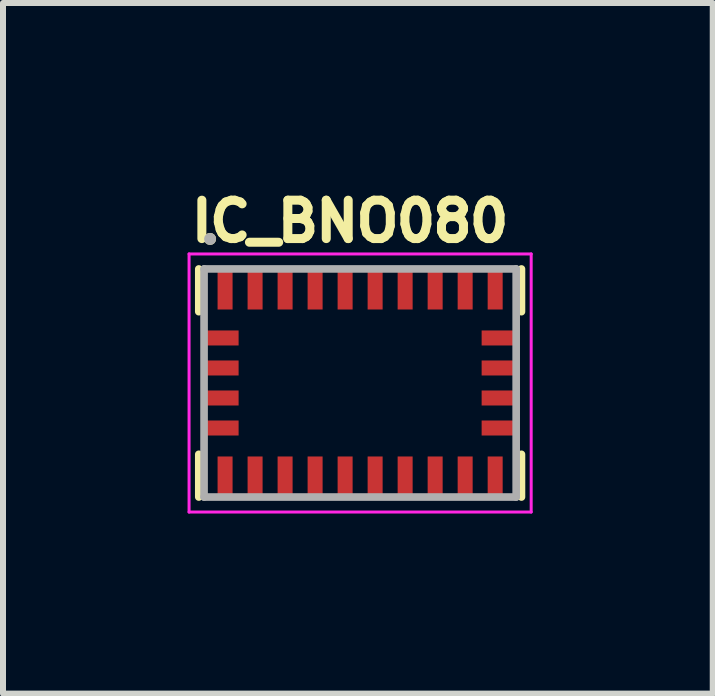
<source format=kicad_pcb>
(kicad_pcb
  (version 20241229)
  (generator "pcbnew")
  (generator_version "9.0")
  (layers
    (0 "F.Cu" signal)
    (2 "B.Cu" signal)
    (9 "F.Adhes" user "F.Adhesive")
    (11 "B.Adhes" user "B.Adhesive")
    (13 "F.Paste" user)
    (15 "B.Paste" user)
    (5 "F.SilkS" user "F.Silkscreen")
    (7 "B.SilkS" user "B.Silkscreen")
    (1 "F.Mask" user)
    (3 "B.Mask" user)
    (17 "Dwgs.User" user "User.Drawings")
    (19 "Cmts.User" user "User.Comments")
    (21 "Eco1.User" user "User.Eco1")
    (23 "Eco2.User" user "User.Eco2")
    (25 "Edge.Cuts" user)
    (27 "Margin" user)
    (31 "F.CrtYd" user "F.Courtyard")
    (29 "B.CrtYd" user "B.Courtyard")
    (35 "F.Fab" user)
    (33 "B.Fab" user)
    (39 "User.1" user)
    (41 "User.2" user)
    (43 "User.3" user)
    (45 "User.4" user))
  (footprint "IC_BNO080"
    (layer "F.Cu")
    (at 2.95 3.331)
    (property "Reference" "IC_BNO080" (at -0.168 -2.694 0) (layer "F.SilkS") (effects (font (size 0.64 0.64) (thickness 0.15))))
    (attr smd)
    (fp_line (start -2.688 -1.9) (end -2.688 -1.188) (stroke (width 0.127) (type solid)) (layer "F.SilkS"))
    (fp_line (start -2.688 1.9) (end -2.688 1.188) (stroke (width 0.127) (type solid)) (layer "F.SilkS"))
    (fp_line (start 2.688 -1.9) (end 2.688 -1.188) (stroke (width 0.127) (type solid)) (layer "F.SilkS"))
    (fp_line (start 2.688 1.9) (end 2.688 1.188) (stroke (width 0.127) (type solid)) (layer "F.SilkS"))
    (fp_circle (center -2.5 -2.4) (end -2.45 -2.4) (stroke (width 0.1) (type solid)) (fill no) (layer "F.SilkS"))
    (fp_line (start -2.85 -2.15) (end 2.85 -2.15) (stroke (width 0.05) (type solid)) (layer "F.CrtYd"))
    (fp_line (start -2.85 2.15) (end -2.85 -2.15) (stroke (width 0.05) (type solid)) (layer "F.CrtYd"))
    (fp_line (start 2.85 -2.15) (end 2.85 2.15) (stroke (width 0.05) (type solid)) (layer "F.CrtYd"))
    (fp_line (start 2.85 2.15) (end -2.85 2.15) (stroke (width 0.05) (type solid)) (layer "F.CrtYd"))
    (fp_line (start -2.6 -1.9) (end 2.6 -1.9) (stroke (width 0.127) (type solid)) (layer "F.Fab"))
    (fp_line (start -2.6 1.9) (end -2.6 -1.9) (stroke (width 0.127) (type solid)) (layer "F.Fab"))
    (fp_line (start 2.6 -1.9) (end 2.6 1.9) (stroke (width 0.127) (type solid)) (layer "F.Fab"))
    (fp_line (start 2.6 1.9) (end -2.6 1.9) (stroke (width 0.127) (type solid)) (layer "F.Fab"))
    (fp_circle (center -2.5 -2.4) (end -2.45 -2.4) (stroke (width 0.1) (type solid)) (fill no) (layer "F.Fab"))
    (pad "1" smd rect (at -2.25 -1.562 90) (size 0.675 0.25) (layers "F.Cu" "F.Mask" "F.Paste"))
    (pad "2" smd rect (at -2.312 -0.75) (size 0.575 0.25) (layers "F.Cu" "F.Mask" "F.Paste"))
    (pad "3" smd rect (at -2.312 -0.25) (size 0.575 0.25) (layers "F.Cu" "F.Mask" "F.Paste"))
    (pad "4" smd rect (at -2.312 0.25) (size 0.575 0.25) (layers "F.Cu" "F.Mask" "F.Paste"))
    (pad "5" smd rect (at -2.312 0.75) (size 0.575 0.25) (layers "F.Cu" "F.Mask" "F.Paste"))
    (pad "6" smd rect (at -2.25 1.562 270) (size 0.675 0.25) (layers "F.Cu" "F.Mask" "F.Paste"))
    (pad "7" smd rect (at -1.75 1.562 270) (size 0.675 0.25) (layers "F.Cu" "F.Mask" "F.Paste"))
    (pad "8" smd rect (at -1.25 1.562 270) (size 0.675 0.25) (layers "F.Cu" "F.Mask" "F.Paste"))
    (pad "9" smd rect (at -0.75 1.562 270) (size 0.675 0.25) (layers "F.Cu" "F.Mask" "F.Paste"))
    (pad "10" smd rect (at -0.25 1.562 270) (size 0.675 0.25) (layers "F.Cu" "F.Mask" "F.Paste"))
    (pad "11" smd rect (at 0.25 1.562 270) (size 0.675 0.25) (layers "F.Cu" "F.Mask" "F.Paste"))
    (pad "12" smd rect (at 0.75 1.562 270) (size 0.675 0.25) (layers "F.Cu" "F.Mask" "F.Paste"))
    (pad "13" smd rect (at 1.25 1.562 270) (size 0.675 0.25) (layers "F.Cu" "F.Mask" "F.Paste"))
    (pad "14" smd rect (at 1.75 1.562 270) (size 0.675 0.25) (layers "F.Cu" "F.Mask" "F.Paste"))
    (pad "15" smd rect (at 2.25 1.562 270) (size 0.675 0.25) (layers "F.Cu" "F.Mask" "F.Paste"))
    (pad "16" smd rect (at 2.312 0.75 180) (size 0.575 0.25) (layers "F.Cu" "F.Mask" "F.Paste"))
    (pad "17" smd rect (at 2.312 0.25 180) (size 0.575 0.25) (layers "F.Cu" "F.Mask" "F.Paste"))
    (pad "18" smd rect (at 2.312 -0.25 180) (size 0.575 0.25) (layers "F.Cu" "F.Mask" "F.Paste"))
    (pad "19" smd rect (at 2.312 -0.75 180) (size 0.575 0.25) (layers "F.Cu" "F.Mask" "F.Paste"))
    (pad "20" smd rect (at 2.25 -1.562 90) (size 0.675 0.25) (layers "F.Cu" "F.Mask" "F.Paste"))
    (pad "21" smd rect (at 1.75 -1.562 90) (size 0.675 0.25) (layers "F.Cu" "F.Mask" "F.Paste"))
    (pad "22" smd rect (at 1.25 -1.562 90) (size 0.675 0.25) (layers "F.Cu" "F.Mask" "F.Paste"))
    (pad "23" smd rect (at 0.75 -1.562 90) (size 0.675 0.25) (layers "F.Cu" "F.Mask" "F.Paste"))
    (pad "24" smd rect (at 0.25 -1.562 90) (size 0.675 0.25) (layers "F.Cu" "F.Mask" "F.Paste"))
    (pad "25" smd rect (at -0.25 -1.562 90) (size 0.675 0.25) (layers "F.Cu" "F.Mask" "F.Paste"))
    (pad "26" smd rect (at -0.75 -1.562 90) (size 0.675 0.25) (layers "F.Cu" "F.Mask" "F.Paste"))
    (pad "27" smd rect (at -1.25 -1.562 90) (size 0.675 0.25) (layers "F.Cu" "F.Mask" "F.Paste"))
    (pad "28" smd rect (at -1.75 -1.562 90) (size 0.675 0.25) (layers "F.Cu" "F.Mask" "F.Paste")))
  (gr_rect
    (start -3 -3)
    (end 8.825 8.506)
    (stroke (width 0.1) (type default))
    (fill no)
    (layer "Edge.Cuts")))
</source>
